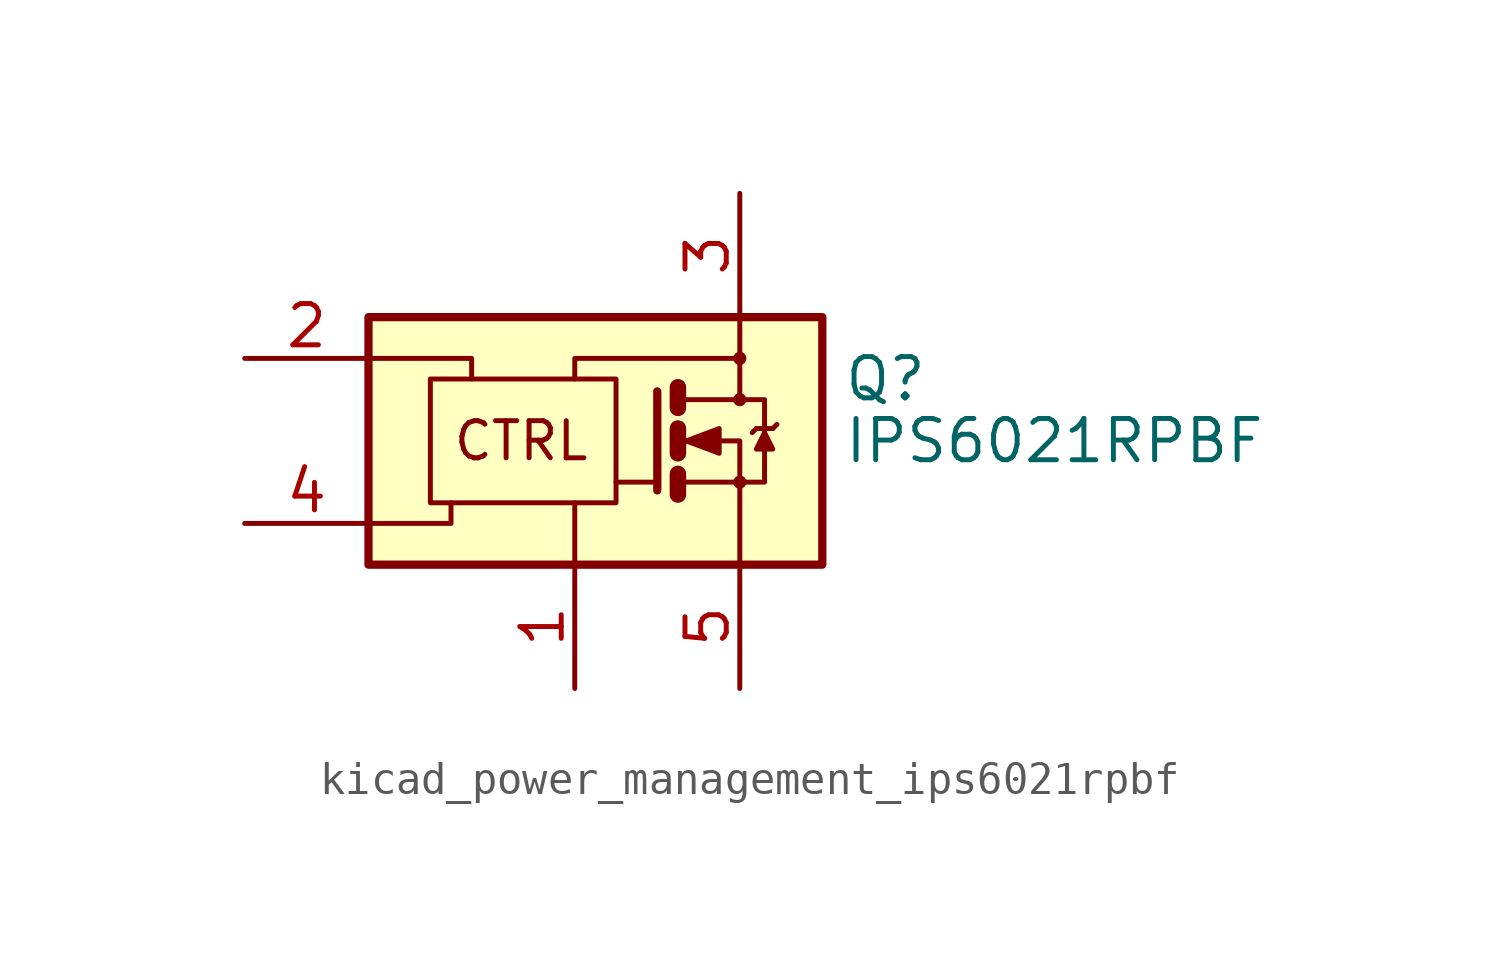
<source format=kicad_sym>
(kicad_symbol_lib
  (version 20220914)
  (generator kicad_symbol_editor)
  (symbol "kicad_power_management_ips6021rpbf"
    (pin_names
      (offset 0) hide)
    (property "Reference" "Q"
      (at 8.255 1.905 0)
      (effects (font (size 1.27 1.27)) (justify left)))
    (property "Value" "IPS6021RPBF"
      (at 8.255 0 0)
      (effects (font (size 1.27 1.27)) (justify left)))
    (symbol "kicad_power_management_ips6021rpbf_0_0"
      (rectangle (start -6.35 3.81) (end 7.62 -3.81) (stroke (width 0.254) (type default)) (fill (type background)))
      (polyline (pts (xy 0 -3.81) (xy 0 -1.905)) (stroke (width 0) (type default)) (fill (type none)))
      (polyline (pts (xy -6.35 -2.54) (xy -3.81 -2.54) (xy -3.81 -1.905)) (stroke (width 0) (type default)) (fill (type none)))
      (polyline (pts (xy -6.35 2.54) (xy -3.175 2.54) (xy -3.175 1.905)) (stroke (width 0) (type default)) (fill (type none)))
      (polyline (pts (xy 0 1.905) (xy 0 2.54) (xy 5.08 2.54)) (stroke (width 0) (type default)) (fill (type none)))
      (circle (center 5.08 2.54) (radius 0.127) (stroke (width 0) (type default)) (fill (type none)))
      (text "CTRL" (at -1.651 0 0) (effects (font (size 1.143 1.143)))))
    (symbol "kicad_power_management_ips6021rpbf_0_1"
      (rectangle (start -4.445 1.905) (end 1.27 -1.905) (stroke (width 0) (type default)) (fill (type none)))
      (polyline (pts (xy 2.54 -1.27) (xy 1.27 -1.27)) (stroke (width 0) (type default)) (fill (type none)))
      (polyline (pts (xy 3.175 -1.27) (xy 5.08 -1.27)) (stroke (width 0) (type default)) (fill (type none)))
      (polyline (pts (xy 3.175 -1.016) (xy 3.175 -1.651)) (stroke (width 0.508) (type default)) (fill (type none)))
      (polyline (pts (xy 3.175 0.381) (xy 3.175 -0.381)) (stroke (width 0.508) (type default)) (fill (type none)))
      (polyline (pts (xy 3.175 1.651) (xy 3.175 1.016)) (stroke (width 0.508) (type default)) (fill (type none)))
      (polyline (pts (xy 5.588 0.381) (xy 5.461 0.254)) (stroke (width 0) (type default)) (fill (type none)))
      (polyline (pts (xy 5.588 0.381) (xy 6.096 0.381)) (stroke (width 0) (type default)) (fill (type none)))
      (polyline (pts (xy 6.096 0.381) (xy 6.223 0.508)) (stroke (width 0) (type default)) (fill (type none)))
      (polyline (pts (xy 2.54 1.524) (xy 2.54 -1.524) (xy 2.54 -1.524)) (stroke (width 0.254) (type default)) (fill (type none)))
      (polyline (pts (xy 3.175 0) (xy 5.08 0) (xy 5.08 -3.81)) (stroke (width 0) (type default)) (fill (type none)))
      (polyline (pts (xy 3.175 1.27) (xy 5.08 1.27) (xy 5.08 3.81)) (stroke (width 0) (type default)) (fill (type none)))
      (polyline (pts (xy 5.08 -1.27) (xy 5.842 -1.27) (xy 5.842 1.27) (xy 5.08 1.27)) (stroke (width 0) (type default)) (fill (type none)))
      (polyline (pts (xy 5.842 0.254) (xy 5.588 -0.254) (xy 6.096 -0.254) (xy 5.842 0.254)) (stroke (width 0) (type default)) (fill (type outline)))
      (polyline (pts (xy 3.429 0) (xy 4.445 0.381) (xy 4.445 -0.381) (xy 3.429 0) (xy 3.556 0) (xy 3.556 0)) (stroke (width 0) (type default)) (fill (type outline)))
      (circle (center 5.08 -1.27) (radius 0.127) (stroke (width 0) (type default)) (fill (type none)))
      (circle (center 5.08 1.27) (radius 0.127) (stroke (width 0) (type default)) (fill (type none))))
    (symbol "kicad_power_management_ips6021rpbf_1_1"
      (pin power_in line (at 0 -7.62 90) (length 3.81) (name "GND" (effects (font (size 1.27 1.27)))) (number "1" (effects (font (size 1.27 1.27)))))
      (pin input line (at -10.16 2.54 0) (length 3.81) (name "IN" (effects (font (size 1.27 1.27)))) (number "2" (effects (font (size 1.27 1.27)))))
      (pin power_in line (at 5.08 7.62 270) (length 3.81) (name "VCC" (effects (font (size 1.27 1.27)))) (number "3" (effects (font (size 1.27 1.27)))))
      (pin bidirectional line (at -10.16 -2.54 0) (length 3.81) (name "DG" (effects (font (size 1.27 1.27)))) (number "4" (effects (font (size 1.27 1.27)))))
      (pin output line (at 5.08 -7.62 90) (length 3.81) (name "OUT" (effects (font (size 1.27 1.27)))) (number "5" (effects (font (size 1.27 1.27))))))))
</source>
